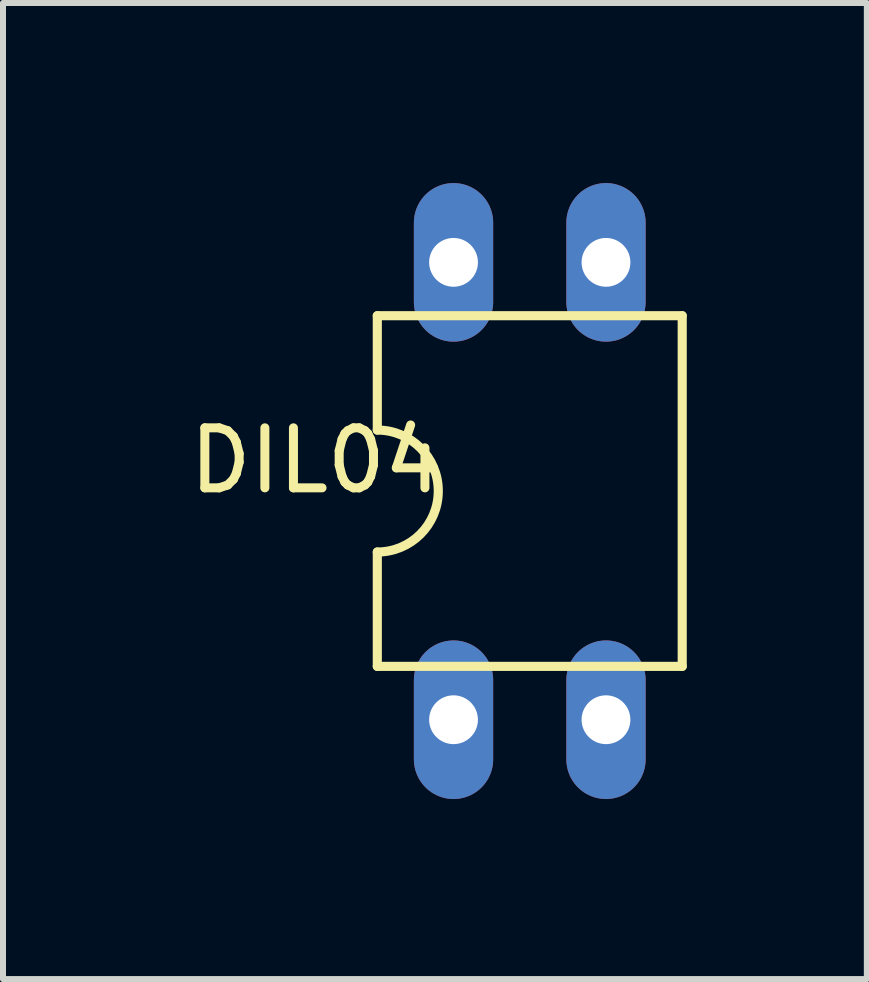
<source format=kicad_pcb>
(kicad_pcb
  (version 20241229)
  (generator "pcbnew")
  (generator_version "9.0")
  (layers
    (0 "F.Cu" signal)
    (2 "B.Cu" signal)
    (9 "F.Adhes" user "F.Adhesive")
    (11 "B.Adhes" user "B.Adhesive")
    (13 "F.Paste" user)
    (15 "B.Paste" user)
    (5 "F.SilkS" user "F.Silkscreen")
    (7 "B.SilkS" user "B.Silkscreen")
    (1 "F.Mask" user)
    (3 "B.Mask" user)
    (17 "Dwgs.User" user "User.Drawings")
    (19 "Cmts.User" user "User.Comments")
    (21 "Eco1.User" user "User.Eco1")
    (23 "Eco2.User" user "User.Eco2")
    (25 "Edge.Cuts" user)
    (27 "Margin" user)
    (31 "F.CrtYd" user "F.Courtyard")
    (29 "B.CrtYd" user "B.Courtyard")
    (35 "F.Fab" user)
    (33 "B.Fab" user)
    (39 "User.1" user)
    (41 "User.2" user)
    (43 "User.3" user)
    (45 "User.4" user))
  (footprint "DIL04"
    (layer "F.Cu")
    (at 5.776 5.131)
    (property "Reference" "DIL04" (at -3.556 -0.508 180) (layer "F.SilkS") (effects (font (size 1 1) (thickness 0.15))))
    (attr through_hole)
    (fp_line (start -2.54 -2.921) (end -2.54 -1.016) (stroke (width 0.152) (type solid)) (layer "F.SilkS"))
    (fp_line (start -2.54 2.921) (end -2.54 1.016) (stroke (width 0.152) (type solid)) (layer "F.SilkS"))
    (fp_line (start -2.54 2.921) (end 2.54 2.921) (stroke (width 0.152) (type solid)) (layer "F.SilkS"))
    (fp_line (start 2.54 -2.921) (end -2.54 -2.921) (stroke (width 0.152) (type solid)) (layer "F.SilkS"))
    (fp_line (start 2.54 -2.921) (end 2.54 2.921) (stroke (width 0.152) (type solid)) (layer "F.SilkS"))
    (fp_arc (start -2.54 -1.016) (mid -1.524 0) (end -2.54 1.016) (stroke (width 0.1524) (type solid)) (layer "F.SilkS"))
    (pad "1" thru_hole oval (at -1.27 3.81) (size 1.321 2.642) (drill 0.813) (layers "*.Cu" "*.Mask"))
    (pad "2" thru_hole oval (at 1.27 3.81) (size 1.321 2.642) (drill 0.813) (layers "*.Cu" "*.Mask"))
    (pad "3" thru_hole oval (at 1.27 -3.81) (size 1.321 2.642) (drill 0.813) (layers "*.Cu" "*.Mask"))
    (pad "4" thru_hole oval (at -1.27 -3.81) (size 1.321 2.642) (drill 0.813) (layers "*.Cu" "*.Mask")))
  (gr_rect
    (start -3 -3)
    (end 11.392 13.262)
    (stroke (width 0.1) (type default))
    (fill no)
    (layer "Edge.Cuts")))
</source>
